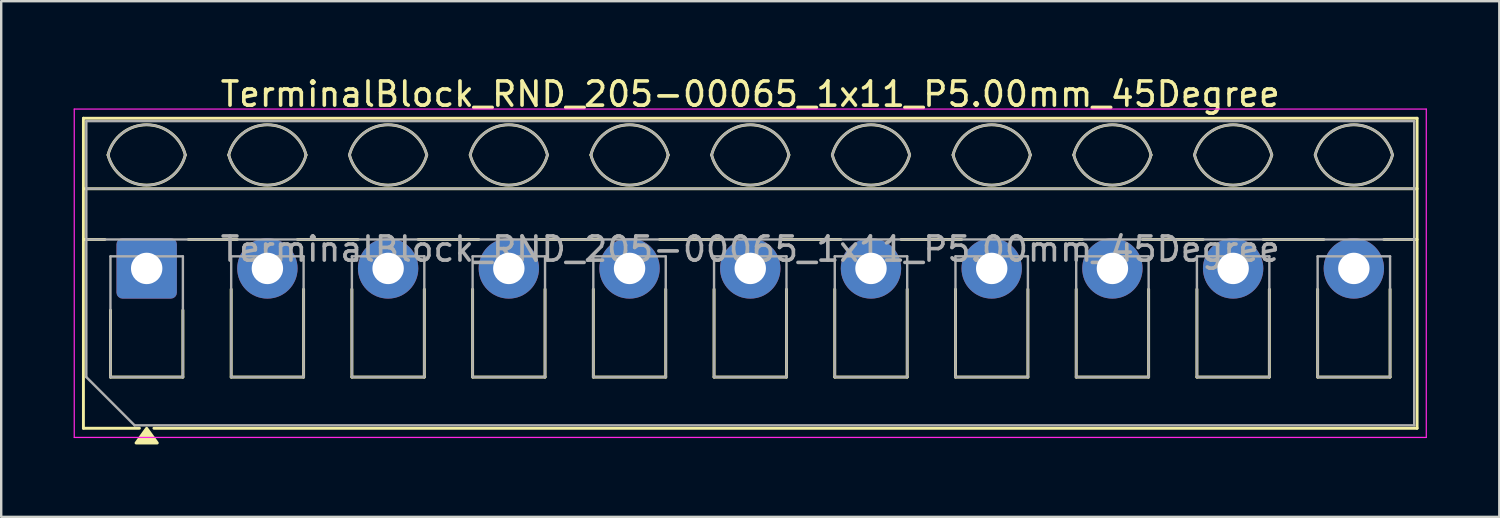
<source format=kicad_pcb>
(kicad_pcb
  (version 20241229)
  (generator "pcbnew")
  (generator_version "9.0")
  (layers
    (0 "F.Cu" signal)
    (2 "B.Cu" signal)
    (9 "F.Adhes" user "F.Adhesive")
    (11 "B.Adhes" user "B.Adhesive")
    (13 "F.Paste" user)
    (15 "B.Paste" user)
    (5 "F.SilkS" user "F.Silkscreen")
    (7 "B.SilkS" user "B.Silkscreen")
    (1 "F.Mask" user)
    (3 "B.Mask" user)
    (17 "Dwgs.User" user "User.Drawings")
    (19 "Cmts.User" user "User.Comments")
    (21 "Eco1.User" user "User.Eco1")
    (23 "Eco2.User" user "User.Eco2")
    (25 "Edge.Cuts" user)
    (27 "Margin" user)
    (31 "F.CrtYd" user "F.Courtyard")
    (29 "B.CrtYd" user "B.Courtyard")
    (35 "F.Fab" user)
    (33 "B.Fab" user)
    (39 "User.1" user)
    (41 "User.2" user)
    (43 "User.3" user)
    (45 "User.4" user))
  (footprint "TerminalBlock_RND_205-00065_1x11_P5.00mm_45Degree"
    (layer "F.Cu")
    (at 3.025 8.068)
    (property "Reference" "TerminalBlock_RND_205-00065_1x11_P5.00mm_45Degree" (at 25 -7.22 0) (layer "F.SilkS") (effects (font (size 1 1) (thickness 0.15))))
    (attr through_hole)
    (fp_line (start -2.62 -6.22) (end 52.62 -6.22) (stroke (width 0.12) (type solid)) (layer "F.SilkS"))
    (fp_line (start -2.62 -3.3) (end 52.62 -3.3) (stroke (width 0.12) (type solid)) (layer "F.SilkS"))
    (fp_line (start -2.62 -1.2) (end -1.73 -1.2) (stroke (width 0.12) (type solid)) (layer "F.SilkS"))
    (fp_line (start -2.62 6.62) (end -2.62 -6.22) (stroke (width 0.12) (type solid)) (layer "F.SilkS"))
    (fp_line (start -1.5 4.5) (end -1.5 1.73) (stroke (width 0.12) (type solid)) (layer "F.SilkS"))
    (fp_line (start -0.3 6.62) (end -2.62 6.62) (stroke (width 0.12) (type solid)) (layer "F.SilkS"))
    (fp_line (start 1.5 1.73) (end 1.5 4.5) (stroke (width 0.12) (type solid)) (layer "F.SilkS"))
    (fp_line (start 1.5 4.5) (end -1.5 4.5) (stroke (width 0.12) (type solid)) (layer "F.SilkS"))
    (fp_line (start 1.73 -1.2) (end 3.754 -1.2) (stroke (width 0.12) (type solid)) (layer "F.SilkS"))
    (fp_line (start 3.5 4.5) (end 3.5 0.862) (stroke (width 0.12) (type solid)) (layer "F.SilkS"))
    (fp_line (start 6.246 -1.2) (end 8.754 -1.2) (stroke (width 0.12) (type solid)) (layer "F.SilkS"))
    (fp_line (start 6.5 0.862) (end 6.5 4.5) (stroke (width 0.12) (type solid)) (layer "F.SilkS"))
    (fp_line (start 6.5 4.5) (end 3.5 4.5) (stroke (width 0.12) (type solid)) (layer "F.SilkS"))
    (fp_line (start 8.5 4.5) (end 8.5 0.862) (stroke (width 0.12) (type solid)) (layer "F.SilkS"))
    (fp_line (start 11.246 -1.2) (end 13.754 -1.2) (stroke (width 0.12) (type solid)) (layer "F.SilkS"))
    (fp_line (start 11.5 0.862) (end 11.5 4.5) (stroke (width 0.12) (type solid)) (layer "F.SilkS"))
    (fp_line (start 11.5 4.5) (end 8.5 4.5) (stroke (width 0.12) (type solid)) (layer "F.SilkS"))
    (fp_line (start 13.5 4.5) (end 13.5 0.862) (stroke (width 0.12) (type solid)) (layer "F.SilkS"))
    (fp_line (start 16.246 -1.2) (end 18.754 -1.2) (stroke (width 0.12) (type solid)) (layer "F.SilkS"))
    (fp_line (start 16.5 0.862) (end 16.5 4.5) (stroke (width 0.12) (type solid)) (layer "F.SilkS"))
    (fp_line (start 16.5 4.5) (end 13.5 4.5) (stroke (width 0.12) (type solid)) (layer "F.SilkS"))
    (fp_line (start 18.5 4.5) (end 18.5 0.862) (stroke (width 0.12) (type solid)) (layer "F.SilkS"))
    (fp_line (start 21.246 -1.2) (end 23.754 -1.2) (stroke (width 0.12) (type solid)) (layer "F.SilkS"))
    (fp_line (start 21.5 0.862) (end 21.5 4.5) (stroke (width 0.12) (type solid)) (layer "F.SilkS"))
    (fp_line (start 21.5 4.5) (end 18.5 4.5) (stroke (width 0.12) (type solid)) (layer "F.SilkS"))
    (fp_line (start 23.5 4.5) (end 23.5 0.862) (stroke (width 0.12) (type solid)) (layer "F.SilkS"))
    (fp_line (start 26.246 -1.2) (end 28.754 -1.2) (stroke (width 0.12) (type solid)) (layer "F.SilkS"))
    (fp_line (start 26.5 0.862) (end 26.5 4.5) (stroke (width 0.12) (type solid)) (layer "F.SilkS"))
    (fp_line (start 26.5 4.5) (end 23.5 4.5) (stroke (width 0.12) (type solid)) (layer "F.SilkS"))
    (fp_line (start 28.5 4.5) (end 28.5 0.862) (stroke (width 0.12) (type solid)) (layer "F.SilkS"))
    (fp_line (start 31.246 -1.2) (end 33.754 -1.2) (stroke (width 0.12) (type solid)) (layer "F.SilkS"))
    (fp_line (start 31.5 0.862) (end 31.5 4.5) (stroke (width 0.12) (type solid)) (layer "F.SilkS"))
    (fp_line (start 31.5 4.5) (end 28.5 4.5) (stroke (width 0.12) (type solid)) (layer "F.SilkS"))
    (fp_line (start 33.5 4.5) (end 33.5 0.862) (stroke (width 0.12) (type solid)) (layer "F.SilkS"))
    (fp_line (start 36.246 -1.2) (end 38.754 -1.2) (stroke (width 0.12) (type solid)) (layer "F.SilkS"))
    (fp_line (start 36.5 0.862) (end 36.5 4.5) (stroke (width 0.12) (type solid)) (layer "F.SilkS"))
    (fp_line (start 36.5 4.5) (end 33.5 4.5) (stroke (width 0.12) (type solid)) (layer "F.SilkS"))
    (fp_line (start 38.5 4.5) (end 38.5 0.862) (stroke (width 0.12) (type solid)) (layer "F.SilkS"))
    (fp_line (start 41.246 -1.2) (end 43.754 -1.2) (stroke (width 0.12) (type solid)) (layer "F.SilkS"))
    (fp_line (start 41.5 0.862) (end 41.5 4.5) (stroke (width 0.12) (type solid)) (layer "F.SilkS"))
    (fp_line (start 41.5 4.5) (end 38.5 4.5) (stroke (width 0.12) (type solid)) (layer "F.SilkS"))
    (fp_line (start 43.5 4.5) (end 43.5 0.862) (stroke (width 0.12) (type solid)) (layer "F.SilkS"))
    (fp_line (start 46.246 -1.2) (end 48.754 -1.2) (stroke (width 0.12) (type solid)) (layer "F.SilkS"))
    (fp_line (start 46.5 0.862) (end 46.5 4.5) (stroke (width 0.12) (type solid)) (layer "F.SilkS"))
    (fp_line (start 46.5 4.5) (end 43.5 4.5) (stroke (width 0.12) (type solid)) (layer "F.SilkS"))
    (fp_line (start 48.5 4.5) (end 48.5 0.862) (stroke (width 0.12) (type solid)) (layer "F.SilkS"))
    (fp_line (start 51.246 -1.2) (end 52.62 -1.2) (stroke (width 0.12) (type solid)) (layer "F.SilkS"))
    (fp_line (start 51.5 0.862) (end 51.5 4.5) (stroke (width 0.12) (type solid)) (layer "F.SilkS"))
    (fp_line (start 51.5 4.5) (end 48.5 4.5) (stroke (width 0.12) (type solid)) (layer "F.SilkS"))
    (fp_line (start 52.62 -6.22) (end 52.62 6.62) (stroke (width 0.12) (type solid)) (layer "F.SilkS"))
    (fp_line (start 52.62 6.62) (end 0.3 6.62) (stroke (width 0.12) (type solid)) (layer "F.SilkS"))
    (fp_arc (start -1.6 -4.7) (mid 0 -5.95) (end 1.6 -4.7) (stroke (width 0.12) (type solid)) (layer "F.SilkS"))
    (fp_arc (start 1.6 -4.7) (mid 0 -3.45) (end -1.6 -4.7) (stroke (width 0.12) (type solid)) (layer "F.SilkS"))
    (fp_arc (start 3.4 -4.7) (mid 5 -5.95) (end 6.6 -4.7) (stroke (width 0.12) (type solid)) (layer "F.SilkS"))
    (fp_arc (start 6.6 -4.7) (mid 5 -3.45) (end 3.4 -4.7) (stroke (width 0.12) (type solid)) (layer "F.SilkS"))
    (fp_arc (start 8.4 -4.7) (mid 10 -5.95) (end 11.6 -4.7) (stroke (width 0.12) (type solid)) (layer "F.SilkS"))
    (fp_arc (start 11.6 -4.7) (mid 10 -3.45) (end 8.4 -4.7) (stroke (width 0.12) (type solid)) (layer "F.SilkS"))
    (fp_arc (start 13.4 -4.7) (mid 15 -5.95) (end 16.6 -4.7) (stroke (width 0.12) (type solid)) (layer "F.SilkS"))
    (fp_arc (start 16.6 -4.7) (mid 15 -3.45) (end 13.4 -4.7) (stroke (width 0.12) (type solid)) (layer "F.SilkS"))
    (fp_arc (start 18.4 -4.7) (mid 20 -5.95) (end 21.6 -4.7) (stroke (width 0.12) (type solid)) (layer "F.SilkS"))
    (fp_arc (start 21.6 -4.7) (mid 20 -3.45) (end 18.4 -4.7) (stroke (width 0.12) (type solid)) (layer "F.SilkS"))
    (fp_arc (start 23.4 -4.7) (mid 25 -5.95) (end 26.6 -4.7) (stroke (width 0.12) (type solid)) (layer "F.SilkS"))
    (fp_arc (start 26.6 -4.7) (mid 25 -3.45) (end 23.4 -4.7) (stroke (width 0.12) (type solid)) (layer "F.SilkS"))
    (fp_arc (start 28.4 -4.7) (mid 30 -5.95) (end 31.6 -4.7) (stroke (width 0.12) (type solid)) (layer "F.SilkS"))
    (fp_arc (start 31.6 -4.7) (mid 30 -3.45) (end 28.4 -4.7) (stroke (width 0.12) (type solid)) (layer "F.SilkS"))
    (fp_arc (start 33.4 -4.7) (mid 35 -5.95) (end 36.6 -4.7) (stroke (width 0.12) (type solid)) (layer "F.SilkS"))
    (fp_arc (start 36.6 -4.7) (mid 35 -3.45) (end 33.4 -4.7) (stroke (width 0.12) (type solid)) (layer "F.SilkS"))
    (fp_arc (start 38.4 -4.7) (mid 40 -5.95) (end 41.6 -4.7) (stroke (width 0.12) (type solid)) (layer "F.SilkS"))
    (fp_arc (start 41.6 -4.7) (mid 40 -3.45) (end 38.4 -4.7) (stroke (width 0.12) (type solid)) (layer "F.SilkS"))
    (fp_arc (start 43.4 -4.7) (mid 45 -5.95) (end 46.6 -4.7) (stroke (width 0.12) (type solid)) (layer "F.SilkS"))
    (fp_arc (start 46.6 -4.7) (mid 45 -3.45) (end 43.4 -4.7) (stroke (width 0.12) (type solid)) (layer "F.SilkS"))
    (fp_arc (start 48.4 -4.7) (mid 50 -5.95) (end 51.6 -4.7) (stroke (width 0.12) (type solid)) (layer "F.SilkS"))
    (fp_arc (start 51.6 -4.7) (mid 50 -3.45) (end 48.4 -4.7) (stroke (width 0.12) (type solid)) (layer "F.SilkS"))
    (fp_poly (pts (xy 0 6.62) (xy 0.44 7.23) (xy -0.44 7.23)) (stroke (width 0.12) (type solid)) (fill yes) (layer "F.SilkS"))
    (fp_line (start -3 -6.6) (end -3 7) (stroke (width 0.05) (type solid)) (layer "F.CrtYd"))
    (fp_line (start -3 7) (end 53 7) (stroke (width 0.05) (type solid)) (layer "F.CrtYd"))
    (fp_line (start 53 -6.6) (end -3 -6.6) (stroke (width 0.05) (type solid)) (layer "F.CrtYd"))
    (fp_line (start 53 7) (end 53 -6.6) (stroke (width 0.05) (type solid)) (layer "F.CrtYd"))
    (fp_line (start -2.5 -6.1) (end 52.5 -6.1) (stroke (width 0.1) (type solid)) (layer "F.Fab"))
    (fp_line (start -2.5 -3.3) (end 52.5 -3.3) (stroke (width 0.1) (type solid)) (layer "F.Fab"))
    (fp_line (start -2.5 -1.2) (end 52.5 -1.2) (stroke (width 0.1) (type solid)) (layer "F.Fab"))
    (fp_line (start -2.5 4.5) (end -2.5 -6.1) (stroke (width 0.1) (type solid)) (layer "F.Fab"))
    (fp_line (start -1.5 -0.5) (end -1.5 4.5) (stroke (width 0.1) (type solid)) (layer "F.Fab"))
    (fp_line (start -1.5 4.5) (end 1.5 4.5) (stroke (width 0.1) (type solid)) (layer "F.Fab"))
    (fp_line (start -0.5 6.5) (end -2.5 4.5) (stroke (width 0.1) (type solid)) (layer "F.Fab"))
    (fp_line (start 1.5 -0.5) (end -1.5 -0.5) (stroke (width 0.1) (type solid)) (layer "F.Fab"))
    (fp_line (start 1.5 4.5) (end 1.5 -0.5) (stroke (width 0.1) (type solid)) (layer "F.Fab"))
    (fp_line (start 3.5 -0.5) (end 3.5 4.5) (stroke (width 0.1) (type solid)) (layer "F.Fab"))
    (fp_line (start 3.5 4.5) (end 6.5 4.5) (stroke (width 0.1) (type solid)) (layer "F.Fab"))
    (fp_line (start 6.5 -0.5) (end 3.5 -0.5) (stroke (width 0.1) (type solid)) (layer "F.Fab"))
    (fp_line (start 6.5 4.5) (end 6.5 -0.5) (stroke (width 0.1) (type solid)) (layer "F.Fab"))
    (fp_line (start 8.5 -0.5) (end 8.5 4.5) (stroke (width 0.1) (type solid)) (layer "F.Fab"))
    (fp_line (start 8.5 4.5) (end 11.5 4.5) (stroke (width 0.1) (type solid)) (layer "F.Fab"))
    (fp_line (start 11.5 -0.5) (end 8.5 -0.5) (stroke (width 0.1) (type solid)) (layer "F.Fab"))
    (fp_line (start 11.5 4.5) (end 11.5 -0.5) (stroke (width 0.1) (type solid)) (layer "F.Fab"))
    (fp_line (start 13.5 -0.5) (end 13.5 4.5) (stroke (width 0.1) (type solid)) (layer "F.Fab"))
    (fp_line (start 13.5 4.5) (end 16.5 4.5) (stroke (width 0.1) (type solid)) (layer "F.Fab"))
    (fp_line (start 16.5 -0.5) (end 13.5 -0.5) (stroke (width 0.1) (type solid)) (layer "F.Fab"))
    (fp_line (start 16.5 4.5) (end 16.5 -0.5) (stroke (width 0.1) (type solid)) (layer "F.Fab"))
    (fp_line (start 18.5 -0.5) (end 18.5 4.5) (stroke (width 0.1) (type solid)) (layer "F.Fab"))
    (fp_line (start 18.5 4.5) (end 21.5 4.5) (stroke (width 0.1) (type solid)) (layer "F.Fab"))
    (fp_line (start 21.5 -0.5) (end 18.5 -0.5) (stroke (width 0.1) (type solid)) (layer "F.Fab"))
    (fp_line (start 21.5 4.5) (end 21.5 -0.5) (stroke (width 0.1) (type solid)) (layer "F.Fab"))
    (fp_line (start 23.5 -0.5) (end 23.5 4.5) (stroke (width 0.1) (type solid)) (layer "F.Fab"))
    (fp_line (start 23.5 4.5) (end 26.5 4.5) (stroke (width 0.1) (type solid)) (layer "F.Fab"))
    (fp_line (start 26.5 -0.5) (end 23.5 -0.5) (stroke (width 0.1) (type solid)) (layer "F.Fab"))
    (fp_line (start 26.5 4.5) (end 26.5 -0.5) (stroke (width 0.1) (type solid)) (layer "F.Fab"))
    (fp_line (start 28.5 -0.5) (end 28.5 4.5) (stroke (width 0.1) (type solid)) (layer "F.Fab"))
    (fp_line (start 28.5 4.5) (end 31.5 4.5) (stroke (width 0.1) (type solid)) (layer "F.Fab"))
    (fp_line (start 31.5 -0.5) (end 28.5 -0.5) (stroke (width 0.1) (type solid)) (layer "F.Fab"))
    (fp_line (start 31.5 4.5) (end 31.5 -0.5) (stroke (width 0.1) (type solid)) (layer "F.Fab"))
    (fp_line (start 33.5 -0.5) (end 33.5 4.5) (stroke (width 0.1) (type solid)) (layer "F.Fab"))
    (fp_line (start 33.5 4.5) (end 36.5 4.5) (stroke (width 0.1) (type solid)) (layer "F.Fab"))
    (fp_line (start 36.5 -0.5) (end 33.5 -0.5) (stroke (width 0.1) (type solid)) (layer "F.Fab"))
    (fp_line (start 36.5 4.5) (end 36.5 -0.5) (stroke (width 0.1) (type solid)) (layer "F.Fab"))
    (fp_line (start 38.5 -0.5) (end 38.5 4.5) (stroke (width 0.1) (type solid)) (layer "F.Fab"))
    (fp_line (start 38.5 4.5) (end 41.5 4.5) (stroke (width 0.1) (type solid)) (layer "F.Fab"))
    (fp_line (start 41.5 -0.5) (end 38.5 -0.5) (stroke (width 0.1) (type solid)) (layer "F.Fab"))
    (fp_line (start 41.5 4.5) (end 41.5 -0.5) (stroke (width 0.1) (type solid)) (layer "F.Fab"))
    (fp_line (start 43.5 -0.5) (end 43.5 4.5) (stroke (width 0.1) (type solid)) (layer "F.Fab"))
    (fp_line (start 43.5 4.5) (end 46.5 4.5) (stroke (width 0.1) (type solid)) (layer "F.Fab"))
    (fp_line (start 46.5 -0.5) (end 43.5 -0.5) (stroke (width 0.1) (type solid)) (layer "F.Fab"))
    (fp_line (start 46.5 4.5) (end 46.5 -0.5) (stroke (width 0.1) (type solid)) (layer "F.Fab"))
    (fp_line (start 48.5 -0.5) (end 48.5 4.5) (stroke (width 0.1) (type solid)) (layer "F.Fab"))
    (fp_line (start 48.5 4.5) (end 51.5 4.5) (stroke (width 0.1) (type solid)) (layer "F.Fab"))
    (fp_line (start 51.5 -0.5) (end 48.5 -0.5) (stroke (width 0.1) (type solid)) (layer "F.Fab"))
    (fp_line (start 51.5 4.5) (end 51.5 -0.5) (stroke (width 0.1) (type solid)) (layer "F.Fab"))
    (fp_line (start 52.5 -6.1) (end 52.5 6.5) (stroke (width 0.1) (type solid)) (layer "F.Fab"))
    (fp_line (start 52.5 6.5) (end -0.5 6.5) (stroke (width 0.1) (type solid)) (layer "F.Fab"))
    (fp_arc (start -1.6 -4.7) (mid 0 -5.95) (end 1.6 -4.7) (stroke (width 0.1) (type solid)) (layer "F.Fab"))
    (fp_arc (start 1.6 -4.7) (mid 0 -3.45) (end -1.6 -4.7) (stroke (width 0.1) (type solid)) (layer "F.Fab"))
    (fp_arc (start 3.4 -4.7) (mid 5 -5.95) (end 6.6 -4.7) (stroke (width 0.1) (type solid)) (layer "F.Fab"))
    (fp_arc (start 6.6 -4.7) (mid 5 -3.45) (end 3.4 -4.7) (stroke (width 0.1) (type solid)) (layer "F.Fab"))
    (fp_arc (start 8.4 -4.7) (mid 10 -5.95) (end 11.6 -4.7) (stroke (width 0.1) (type solid)) (layer "F.Fab"))
    (fp_arc (start 11.6 -4.7) (mid 10 -3.45) (end 8.4 -4.7) (stroke (width 0.1) (type solid)) (layer "F.Fab"))
    (fp_arc (start 13.4 -4.7) (mid 15 -5.95) (end 16.6 -4.7) (stroke (width 0.1) (type solid)) (layer "F.Fab"))
    (fp_arc (start 16.6 -4.7) (mid 15 -3.45) (end 13.4 -4.7) (stroke (width 0.1) (type solid)) (layer "F.Fab"))
    (fp_arc (start 18.4 -4.7) (mid 20 -5.95) (end 21.6 -4.7) (stroke (width 0.1) (type solid)) (layer "F.Fab"))
    (fp_arc (start 21.6 -4.7) (mid 20 -3.45) (end 18.4 -4.7) (stroke (width 0.1) (type solid)) (layer "F.Fab"))
    (fp_arc (start 23.4 -4.7) (mid 25 -5.95) (end 26.6 -4.7) (stroke (width 0.1) (type solid)) (layer "F.Fab"))
    (fp_arc (start 26.6 -4.7) (mid 25 -3.45) (end 23.4 -4.7) (stroke (width 0.1) (type solid)) (layer "F.Fab"))
    (fp_arc (start 28.4 -4.7) (mid 30 -5.95) (end 31.6 -4.7) (stroke (width 0.1) (type solid)) (layer "F.Fab"))
    (fp_arc (start 31.6 -4.7) (mid 30 -3.45) (end 28.4 -4.7) (stroke (width 0.1) (type solid)) (layer "F.Fab"))
    (fp_arc (start 33.4 -4.7) (mid 35 -5.95) (end 36.6 -4.7) (stroke (width 0.1) (type solid)) (layer "F.Fab"))
    (fp_arc (start 36.6 -4.7) (mid 35 -3.45) (end 33.4 -4.7) (stroke (width 0.1) (type solid)) (layer "F.Fab"))
    (fp_arc (start 38.4 -4.7) (mid 40 -5.95) (end 41.6 -4.7) (stroke (width 0.1) (type solid)) (layer "F.Fab"))
    (fp_arc (start 41.6 -4.7) (mid 40 -3.45) (end 38.4 -4.7) (stroke (width 0.1) (type solid)) (layer "F.Fab"))
    (fp_arc (start 43.4 -4.7) (mid 45 -5.95) (end 46.6 -4.7) (stroke (width 0.1) (type solid)) (layer "F.Fab"))
    (fp_arc (start 46.6 -4.7) (mid 45 -3.45) (end 43.4 -4.7) (stroke (width 0.1) (type solid)) (layer "F.Fab"))
    (fp_arc (start 48.4 -4.7) (mid 50 -5.95) (end 51.6 -4.7) (stroke (width 0.1) (type solid)) (layer "F.Fab"))
    (fp_arc (start 51.6 -4.7) (mid 50 -3.45) (end 48.4 -4.7) (stroke (width 0.1) (type solid)) (layer "F.Fab"))
    (fp_text user "${REFERENCE}" (at 25 -0.8 0) (layer "F.Fab") (effects (font (size 1 1) (thickness 0.15))))
    (pad "1" thru_hole roundrect (at 0 0) (size 2.5 2.5) (drill 1.3) (layers "*.Cu" "*.Mask") (roundrect_rratio 0.1))
    (pad "2" thru_hole circle (at 5 0) (size 2.5 2.5) (drill 1.3) (layers "*.Cu" "*.Mask"))
    (pad "3" thru_hole circle (at 10 0) (size 2.5 2.5) (drill 1.3) (layers "*.Cu" "*.Mask"))
    (pad "4" thru_hole circle (at 15 0) (size 2.5 2.5) (drill 1.3) (layers "*.Cu" "*.Mask"))
    (pad "5" thru_hole circle (at 20 0) (size 2.5 2.5) (drill 1.3) (layers "*.Cu" "*.Mask"))
    (pad "6" thru_hole circle (at 25 0) (size 2.5 2.5) (drill 1.3) (layers "*.Cu" "*.Mask"))
    (pad "7" thru_hole circle (at 30 0) (size 2.5 2.5) (drill 1.3) (layers "*.Cu" "*.Mask"))
    (pad "8" thru_hole circle (at 35 0) (size 2.5 2.5) (drill 1.3) (layers "*.Cu" "*.Mask"))
    (pad "9" thru_hole circle (at 40 0) (size 2.5 2.5) (drill 1.3) (layers "*.Cu" "*.Mask"))
    (pad "10" thru_hole circle (at 45 0) (size 2.5 2.5) (drill 1.3) (layers "*.Cu" "*.Mask"))
    (pad "11" thru_hole circle (at 50 0) (size 2.5 2.5) (drill 1.3) (layers "*.Cu" "*.Mask")))
  (gr_rect
    (start -3 -3)
    (end 59.05 18.358)
    (stroke (width 0.1) (type default))
    (fill no)
    (layer "Edge.Cuts")))
</source>
